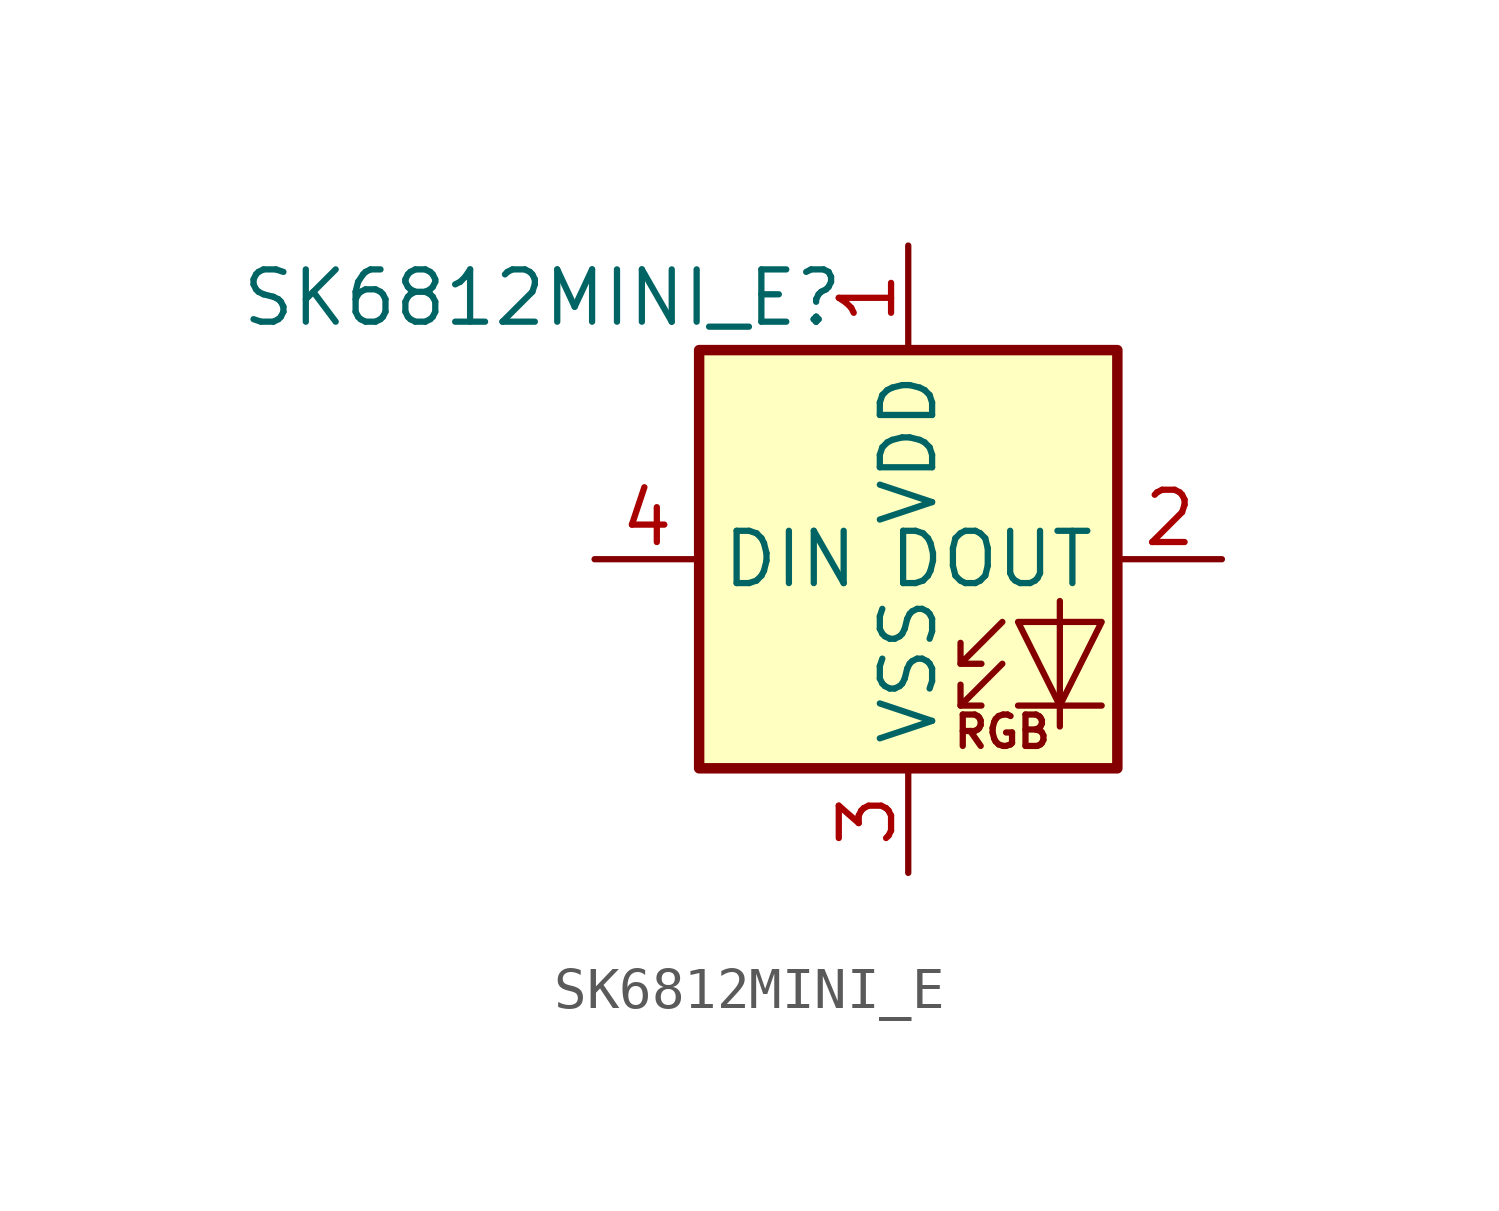
<source format=kicad_sym>
(kicad_symbol_lib
  (version 20220914)
  (generator kicad_symbol_editor)
  (symbol "SK6812MINI_E"
    (property "Reference" "SK6812MINI_E"
      (at -3.81 5.08 0)
      (effects (font (size 1.27 1.27))))
    (property "Value" ""
      (at 0 0 0)
      (effects (font (size 1.27 1.27))))
    (symbol "SK6812MINI_E_0_0"
      (text "RGB" (at 7.366 -5.461 0) (effects (font (size 0.762 0.762)))))
    (symbol "SK6812MINI_E_0_1"
      (polyline (pts (xy 6.35 -4.826) (xy 6.858 -4.826)) (stroke (width 0) (type default)) (fill (type none)))
      (polyline (pts (xy 6.35 -3.81) (xy 6.858 -3.81)) (stroke (width 0) (type default)) (fill (type none)))
      (polyline (pts (xy 9.779 -4.826) (xy 7.747 -4.826)) (stroke (width 0) (type default)) (fill (type none)))
      (polyline (pts (xy 7.366 -3.81) (xy 6.35 -4.826) (xy 6.35 -4.318)) (stroke (width 0) (type default)) (fill (type none)))
      (polyline (pts (xy 7.366 -2.794) (xy 6.35 -3.81) (xy 6.35 -3.302)) (stroke (width 0) (type default)) (fill (type none)))
      (polyline (pts (xy 8.763 -2.286) (xy 8.763 -4.826) (xy 8.763 -5.334)) (stroke (width 0) (type default)) (fill (type none)))
      (polyline (pts (xy 9.779 -2.794) (xy 7.747 -2.794) (xy 8.763 -4.826) (xy 9.779 -2.794)) (stroke (width 0) (type default)) (fill (type none)))
      (rectangle (start 0 3.81) (end 10.16 -6.35) (stroke (width 0.254) (type default)) (fill (type background))))
    (symbol "SK6812MINI_E_1_1"
      (pin power_in line (at 5.08 6.35 270) (length 2.54) (name "VDD" (effects (font (size 1.27 1.27)))) (number "1" (effects (font (size 1.27 1.27)))))
      (pin output line (at 12.7 -1.27 180) (length 2.54) (name "DOUT" (effects (font (size 1.27 1.27)))) (number "2" (effects (font (size 1.27 1.27)))))
      (pin power_in line (at 5.08 -8.89 90) (length 2.54) (name "VSS" (effects (font (size 1.27 1.27)))) (number "3" (effects (font (size 1.27 1.27)))))
      (pin input line (at -2.54 -1.27 0) (length 2.54) (name "DIN" (effects (font (size 1.27 1.27)))) (number "4" (effects (font (size 1.27 1.27))))))))
</source>
